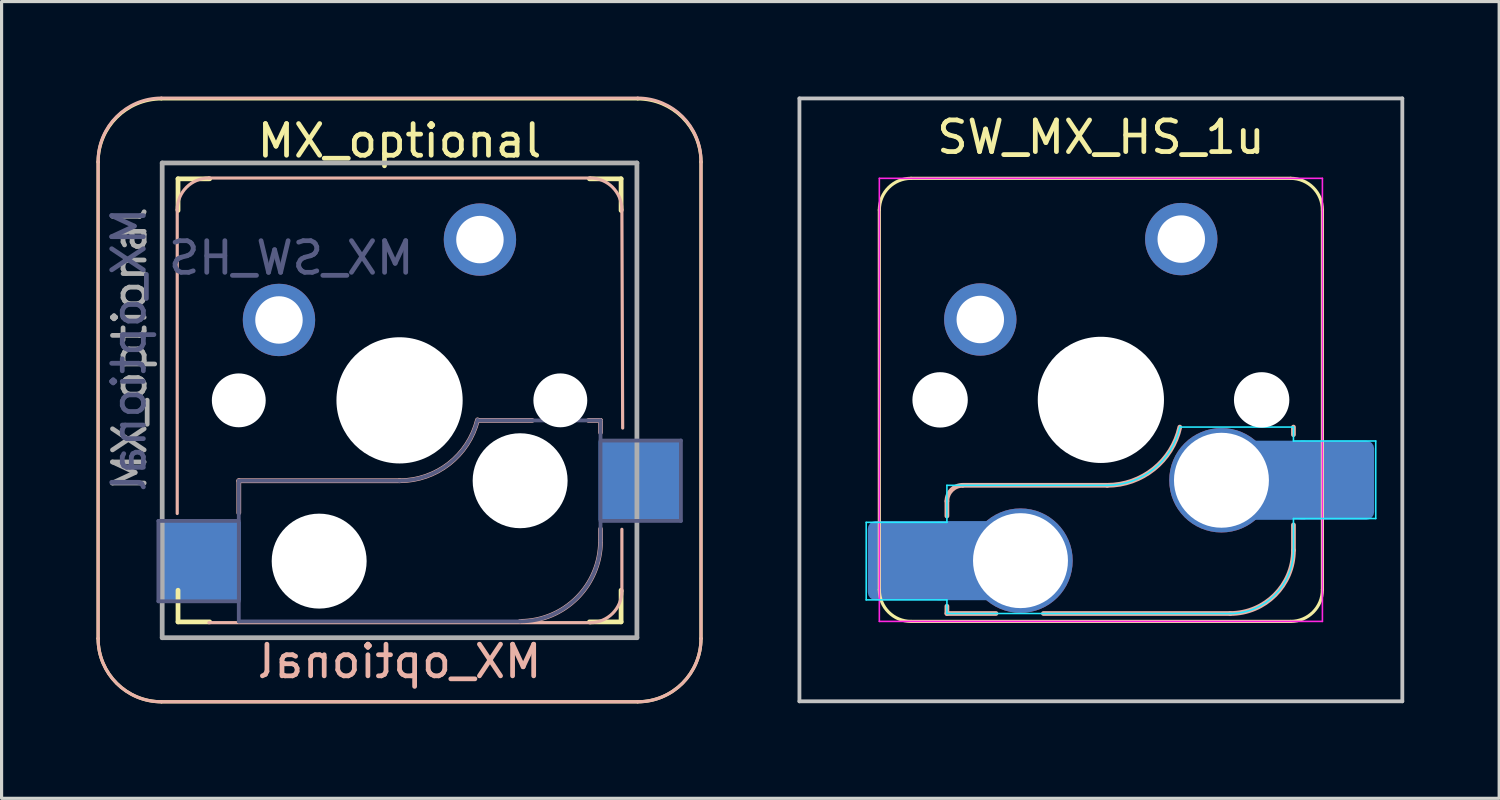
<source format=kicad_pcb>
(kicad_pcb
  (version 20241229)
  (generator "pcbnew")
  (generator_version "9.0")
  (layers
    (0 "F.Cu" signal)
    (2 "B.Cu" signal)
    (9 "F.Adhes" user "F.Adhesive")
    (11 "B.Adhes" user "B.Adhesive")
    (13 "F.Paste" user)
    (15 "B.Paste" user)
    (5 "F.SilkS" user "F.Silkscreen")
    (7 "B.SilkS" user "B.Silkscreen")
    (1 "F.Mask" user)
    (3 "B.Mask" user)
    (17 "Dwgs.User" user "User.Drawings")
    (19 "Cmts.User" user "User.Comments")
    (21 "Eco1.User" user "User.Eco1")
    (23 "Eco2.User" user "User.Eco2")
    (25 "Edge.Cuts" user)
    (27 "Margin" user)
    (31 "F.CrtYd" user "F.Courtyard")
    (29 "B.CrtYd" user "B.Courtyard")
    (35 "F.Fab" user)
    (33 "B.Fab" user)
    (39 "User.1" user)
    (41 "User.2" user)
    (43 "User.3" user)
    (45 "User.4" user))
  (footprint "MX_optional"
    (layer "F.Cu")
    (at 9.575 9.6)
    (property "Reference" "MX_optional" (at 0 -8.2 0) (layer "F.SilkS") (effects (font (size 1 1) (thickness 0.15))))
    (property "Value" "MX_SW_HS" (at -2.925 -6.025 0) (layer "F.Fab") (hide yes) (effects (font (size 1 1) (thickness 0.15))))
    (attr through_hole)
    (fp_line (start -9.525 7.525) (end -9.525 -7.525) (stroke (width 0.1) (type default)) (layer "F.SilkS"))
    (fp_line (start -7.525 -9.525) (end 7.525 -9.525) (stroke (width 0.1) (type default)) (layer "F.SilkS"))
    (fp_line (start -7 -6) (end -7 -7) (stroke (width 0.15) (type solid)) (layer "F.SilkS"))
    (fp_line (start -7 7) (end -7 6) (stroke (width 0.15) (type solid)) (layer "F.SilkS"))
    (fp_line (start -7 7) (end -6 7) (stroke (width 0.15) (type solid)) (layer "F.SilkS"))
    (fp_line (start -6 -7) (end -7 -7) (stroke (width 0.15) (type solid)) (layer "F.SilkS"))
    (fp_line (start 6 7) (end 7 7) (stroke (width 0.15) (type solid)) (layer "F.SilkS"))
    (fp_line (start 7 -7) (end 6 -7) (stroke (width 0.15) (type solid)) (layer "F.SilkS"))
    (fp_line (start 7 -7) (end 7 -6) (stroke (width 0.15) (type solid)) (layer "F.SilkS"))
    (fp_line (start 7 6) (end 7 7) (stroke (width 0.15) (type solid)) (layer "F.SilkS"))
    (fp_line (start 7.525 9.525) (end -7.525 9.525) (stroke (width 0.1) (type default)) (layer "F.SilkS"))
    (fp_line (start 9.525 -7.525) (end 9.525 7.525) (stroke (width 0.1) (type default)) (layer "F.SilkS"))
    (fp_arc (start -9.525 -7.525) (mid -8.939214 -8.939214) (end -7.525 -9.525) (stroke (width 0.1) (type default)) (layer "F.SilkS"))
    (fp_arc (start -7.525 9.525) (mid -8.939214 8.939214) (end -9.525 7.525) (stroke (width 0.1) (type default)) (layer "F.SilkS"))
    (fp_arc (start 7.525 -9.525) (mid 8.939214 -8.939214) (end 9.525 -7.525) (stroke (width 0.1) (type default)) (layer "F.SilkS"))
    (fp_arc (start 9.525 7.525) (mid 8.939214 8.939214) (end 7.525 9.525) (stroke (width 0.1) (type default)) (layer "F.SilkS"))
    (fp_line (start -9.525 7.525) (end -9.525 -7.55) (stroke (width 0.1) (type default)) (layer "B.SilkS"))
    (fp_line (start -7.525 -9.55) (end 7.525 -9.55) (stroke (width 0.1) (type default)) (layer "B.SilkS"))
    (fp_line (start -7.025 3.575) (end -7.025 -6.025) (stroke (width 0.1) (type default)) (layer "B.SilkS"))
    (fp_line (start -6.025 -7.025) (end 6.025 -7.025) (stroke (width 0.1) (type default)) (layer "B.SilkS"))
    (fp_line (start -5.08 2.54) (end -5.08 3.556) (stroke (width 0.15) (type solid)) (layer "B.SilkS"))
    (fp_line (start 0 2.54) (end -5.08 2.54) (stroke (width 0.15) (type solid)) (layer "B.SilkS"))
    (fp_line (start 4.191 0.635) (end 2.54 0.635) (stroke (width 0.15) (type solid)) (layer "B.SilkS"))
    (fp_line (start 6.025 7.025) (end -6.025 7.025) (stroke (width 0.1) (type default)) (layer "B.SilkS"))
    (fp_line (start 6.35 0.635) (end 5.969 0.635) (stroke (width 0.15) (type solid)) (layer "B.SilkS"))
    (fp_line (start 6.35 1.016) (end 6.35 0.635) (stroke (width 0.15) (type solid)) (layer "B.SilkS"))
    (fp_line (start 6.35 4.445) (end 6.35 4.064) (stroke (width 0.15) (type solid)) (layer "B.SilkS"))
    (fp_line (start 7.025 -6.025) (end 7.05 0.875) (stroke (width 0.1) (type default)) (layer "B.SilkS"))
    (fp_line (start 7.025 6.025) (end 7.025 4.075) (stroke (width 0.1) (type default)) (layer "B.SilkS"))
    (fp_line (start 7.525 9.525) (end -7.525 9.525) (stroke (width 0.1) (type default)) (layer "B.SilkS"))
    (fp_line (start 9.525 -7.55) (end 9.525 7.525) (stroke (width 0.1) (type default)) (layer "B.SilkS"))
    (fp_arc (start -9.525 -7.55) (mid -8.939214 -8.964214) (end -7.525 -9.55) (stroke (width 0.1) (type default)) (layer "B.SilkS"))
    (fp_arc (start -7.525 9.525) (mid -8.939214 8.939214) (end -9.525 7.525) (stroke (width 0.1) (type default)) (layer "B.SilkS"))
    (fp_arc (start -7.025 -6.025) (mid -6.732107 -6.732107) (end -6.025 -7.025) (stroke (width 0.1) (type default)) (layer "B.SilkS"))
    (fp_arc (start 2.464162 0.61604) (mid 1.563147 2.002042) (end 0 2.54) (stroke (width 0.15) (type solid)) (layer "B.SilkS"))
    (fp_arc (start 6.025 -7.025) (mid 6.732107 -6.732107) (end 7.025 -6.025) (stroke (width 0.1) (type default)) (layer "B.SilkS"))
    (fp_arc (start 6.35 4.445) (mid 5.606051 6.241051) (end 3.81 6.985) (stroke (width 0.15) (type solid)) (layer "B.SilkS"))
    (fp_arc (start 7.025 6.025) (mid 6.732107 6.732107) (end 6.025 7.025) (stroke (width 0.1) (type default)) (layer "B.SilkS"))
    (fp_arc (start 7.525 -9.55) (mid 8.939214 -8.964214) (end 9.525 -7.55) (stroke (width 0.1) (type default)) (layer "B.SilkS"))
    (fp_arc (start 9.525 7.525) (mid 8.939214 8.939214) (end 7.525 9.525) (stroke (width 0.1) (type default)) (layer "B.SilkS"))
    (fp_line (start -6.9 6.9) (end -6.9 -6.9) (stroke (width 0.15) (type solid)) (layer "Eco2.User"))
    (fp_line (start -6.9 6.9) (end 6.9 6.9) (stroke (width 0.15) (type solid)) (layer "Eco2.User"))
    (fp_line (start 6.9 -6.9) (end -6.9 -6.9) (stroke (width 0.15) (type solid)) (layer "Eco2.User"))
    (fp_line (start 6.9 -6.9) (end 6.9 6.9) (stroke (width 0.15) (type solid)) (layer "Eco2.User"))
    (fp_line (start -7.62 3.81) (end -7.62 6.35) (stroke (width 0.12) (type solid)) (layer "B.Fab"))
    (fp_line (start -7.62 6.35) (end -5.08 6.35) (stroke (width 0.12) (type solid)) (layer "B.Fab"))
    (fp_line (start -5.08 2.54) (end -5.08 6.985) (stroke (width 0.12) (type solid)) (layer "B.Fab"))
    (fp_line (start -5.08 3.81) (end -7.62 3.81) (stroke (width 0.12) (type solid)) (layer "B.Fab"))
    (fp_line (start -5.08 6.985) (end 3.81 6.985) (stroke (width 0.12) (type solid)) (layer "B.Fab"))
    (fp_line (start 0 2.54) (end -5.08 2.54) (stroke (width 0.12) (type solid)) (layer "B.Fab"))
    (fp_line (start 6.35 0.635) (end 2.54 0.635) (stroke (width 0.12) (type solid)) (layer "B.Fab"))
    (fp_line (start 6.35 3.81) (end 8.89 3.81) (stroke (width 0.12) (type solid)) (layer "B.Fab"))
    (fp_line (start 6.35 4.445) (end 6.35 0.635) (stroke (width 0.12) (type solid)) (layer "B.Fab"))
    (fp_line (start 8.89 1.27) (end 6.35 1.27) (stroke (width 0.12) (type solid)) (layer "B.Fab"))
    (fp_line (start 8.89 3.81) (end 8.89 1.27) (stroke (width 0.12) (type solid)) (layer "B.Fab"))
    (fp_arc (start 2.464162 0.61604) (mid 1.563147 2.002042) (end 0 2.54) (stroke (width 0.12) (type solid)) (layer "B.Fab"))
    (fp_arc (start 6.35 4.445) (mid 5.606051 6.241051) (end 3.81 6.985) (stroke (width 0.12) (type solid)) (layer "B.Fab"))
    (fp_line (start -7.5 -7.5) (end 7.5 -7.5) (stroke (width 0.15) (type solid)) (layer "F.Fab"))
    (fp_line (start -7.5 7.5) (end -7.5 -7.5) (stroke (width 0.15) (type solid)) (layer "F.Fab"))
    (fp_line (start 7.5 -7.5) (end 7.5 7.5) (stroke (width 0.15) (type solid)) (layer "F.Fab"))
    (fp_line (start 7.5 7.5) (end -7.5 7.5) (stroke (width 0.15) (type solid)) (layer "F.Fab"))
    (fp_text user "${REFERENCE}" (at 0 8.25 0) (layer "B.SilkS") (effects (font (size 1 1) (thickness 0.15)) (justify mirror)))
    (fp_text user "${VALUE}" (at -3.425 -4.5 0) (layer "B.Fab") (effects (font (size 1 1) (thickness 0.15)) (justify mirror)))
    (fp_text user "${REFERENCE}" (at -8.55 -1.6 270) (layer "B.Fab") (effects (font (size 1 1) (thickness 0.15)) (justify mirror)))
    (fp_text user "${REFERENCE}" (at -8.525 -1.625 90) (layer "F.Fab") (effects (font (size 1 1) (thickness 0.15))))
    (pad "" np_thru_hole circle (at -5.08 0) (size 1.702 1.702) (drill 1.702) (layers "*.Cu" "*.Mask"))
    (pad "" np_thru_hole circle (at -2.54 5.08) (size 3 3) (drill 3) (layers "*.Cu" "*.Mask"))
    (pad "" np_thru_hole circle (at 0 0) (size 3.988 3.988) (drill 3.988) (layers "*.Cu" "*.Mask"))
    (pad "" np_thru_hole circle (at 3.81 2.54) (size 3 3) (drill 3) (layers "*.Cu" "*.Mask"))
    (pad "" np_thru_hole circle (at 5.08 0) (size 1.702 1.702) (drill 1.702) (layers "*.Cu" "*.Mask"))
    (pad "1" smd rect (at -6.29 5.08) (size 2.55 2.5) (layers "B.Cu" "B.Mask" "B.Paste"))
    (pad "1" thru_hole circle (at 2.54 -5.08) (size 2.286 2.286) (drill 1.499) (layers "*.Cu" "*.Mask"))
    (pad "2" thru_hole circle (at -3.81 -2.54) (size 2.286 2.286) (drill 1.499) (layers "*.Cu" "*.Mask"))
    (pad "2" smd rect (at 7.56 2.54) (size 2.55 2.5) (layers "B.Cu" "B.Mask" "B.Paste")))
  (footprint "SW_MX_HS_1u"
    (layer "F.Cu")
    (at 31.735 9.585)
    (property "Reference" "SW_MX_HS_1u" (at 0 -8.3 180) (layer "F.SilkS") (effects (font (size 1 1) (thickness 0.15))))
    (attr smd)
    (fp_line (start -7 6) (end -7 -6) (stroke (width 0.1) (type default)) (layer "F.SilkS"))
    (fp_line (start -6 -7) (end 6 -7) (stroke (width 0.1) (type default)) (layer "F.SilkS"))
    (fp_line (start 6 7) (end -6 7) (stroke (width 0.1) (type default)) (layer "F.SilkS"))
    (fp_line (start 7 -6) (end 7 6) (stroke (width 0.1) (type default)) (layer "F.SilkS"))
    (fp_arc (start -7 -6) (mid -6.707107 -6.707107) (end -6 -7) (stroke (width 0.1) (type default)) (layer "F.SilkS"))
    (fp_arc (start -6 7) (mid -6.707107 6.707107) (end -7 6) (stroke (width 0.1) (type default)) (layer "F.SilkS"))
    (fp_arc (start 6 -7) (mid 6.707107 -6.707107) (end 7 -6) (stroke (width 0.1) (type default)) (layer "F.SilkS"))
    (fp_arc (start 7 6) (mid 6.707107 6.707107) (end 6 7) (stroke (width 0.1) (type default)) (layer "F.SilkS"))
    (fp_line (start -4.865 3.67) (end -4.865 3.2) (stroke (width 0.15) (type solid)) (layer "B.SilkS"))
    (fp_line (start -4.865 6.75) (end -4.865 6.52) (stroke (width 0.15) (type solid)) (layer "B.SilkS"))
    (fp_line (start -4.365 2.7) (end 0.2 2.7) (stroke (width 0.15) (type solid)) (layer "B.SilkS"))
    (fp_line (start -3.315 6.75) (end -4.865 6.75) (stroke (width 0.15) (type solid)) (layer "B.SilkS"))
    (fp_line (start 4.085 6.75) (end -1.815 6.75) (stroke (width 0.15) (type solid)) (layer "B.SilkS"))
    (fp_line (start 6.085 1.1) (end 6.085 0.86) (stroke (width 0.15) (type solid)) (layer "B.SilkS"))
    (fp_line (start 6.085 3.95) (end 6.085 4.75) (stroke (width 0.15) (type solid)) (layer "B.SilkS"))
    (fp_arc (start -4.864824 3.20022) (mid -4.718377 2.846667) (end -4.364824 2.70022) (stroke (width 0.15) (type solid)) (layer "B.SilkS"))
    (fp_arc (start 2.494322 0.86022) (mid 1.670693 2.183637) (end 0.2 2.70022) (stroke (width 0.15) (type solid)) (layer "B.SilkS"))
    (fp_arc (start 6.085176 4.75022) (mid 5.499389 6.164432) (end 4.085176 6.75022) (stroke (width 0.15) (type solid)) (layer "B.SilkS"))
    (fp_line (start -9.525 -9.525) (end -9.525 9.525) (stroke (width 0.12) (type solid)) (layer "Dwgs.User"))
    (fp_line (start -9.525 9.525) (end 9.525 9.525) (stroke (width 0.12) (type solid)) (layer "Dwgs.User"))
    (fp_line (start 9.525 -9.525) (end -9.525 -9.525) (stroke (width 0.12) (type solid)) (layer "Dwgs.User"))
    (fp_line (start 9.525 9.525) (end 9.525 -9.525) (stroke (width 0.12) (type solid)) (layer "Dwgs.User"))
    (fp_line (start -7 6.5) (end -7 -6.5) (stroke (width 0.05) (type solid)) (layer "Eco2.User"))
    (fp_line (start -6.5 -7) (end 6.5 -7) (stroke (width 0.05) (type solid)) (layer "Eco2.User"))
    (fp_line (start 6.5 7) (end -6.5 7) (stroke (width 0.05) (type solid)) (layer "Eco2.User"))
    (fp_line (start 7 -6.5) (end 7 6.5) (stroke (width 0.05) (type solid)) (layer "Eco2.User"))
    (fp_arc (start -6.997236 -6.498884) (mid -6.850789 -6.852437) (end -6.497236 -6.998884) (stroke (width 0.05) (type solid)) (layer "Eco2.User"))
    (fp_arc (start -6.5 7) (mid -6.853553 6.853553) (end -7 6.5) (stroke (width 0.05) (type solid)) (layer "Eco2.User"))
    (fp_arc (start 6.5 -7) (mid 6.853553 -6.853553) (end 7 -6.5) (stroke (width 0.05) (type solid)) (layer "Eco2.User"))
    (fp_arc (start 7 6.5) (mid 6.853553 6.853553) (end 6.5 7) (stroke (width 0.05) (type solid)) (layer "Eco2.User"))
    (fp_line (start -7.415 3.87) (end -7.415 6.32) (stroke (width 0.05) (type solid)) (layer "B.CrtYd"))
    (fp_line (start -7.415 6.32) (end -4.865 6.32) (stroke (width 0.05) (type solid)) (layer "B.CrtYd"))
    (fp_line (start -4.865 2.7) (end 0.2 2.7) (stroke (width 0.05) (type solid)) (layer "B.CrtYd"))
    (fp_line (start -4.865 3.87) (end -7.415 3.87) (stroke (width 0.05) (type solid)) (layer "B.CrtYd"))
    (fp_line (start -4.865 3.87) (end -4.865 2.7) (stroke (width 0.05) (type solid)) (layer "B.CrtYd"))
    (fp_line (start -4.865 6.75) (end -4.865 6.32) (stroke (width 0.05) (type solid)) (layer "B.CrtYd"))
    (fp_line (start 4.085 6.75) (end -4.865 6.75) (stroke (width 0.05) (type solid)) (layer "B.CrtYd"))
    (fp_line (start 6.085 0.86) (end 2.494 0.86) (stroke (width 0.05) (type solid)) (layer "B.CrtYd"))
    (fp_line (start 6.085 1.3) (end 6.085 0.86) (stroke (width 0.05) (type solid)) (layer "B.CrtYd"))
    (fp_line (start 6.085 3.75) (end 6.085 4.75) (stroke (width 0.05) (type solid)) (layer "B.CrtYd"))
    (fp_line (start 6.085 3.75) (end 8.685 3.75) (stroke (width 0.05) (type solid)) (layer "B.CrtYd"))
    (fp_line (start 8.685 1.3) (end 6.085 1.3) (stroke (width 0.05) (type solid)) (layer "B.CrtYd"))
    (fp_line (start 8.685 3.75) (end 8.685 1.3) (stroke (width 0.05) (type solid)) (layer "B.CrtYd"))
    (fp_arc (start 2.494322 0.86022) (mid 1.670503 2.1834) (end 0.2 2.70022) (stroke (width 0.05) (type solid)) (layer "B.CrtYd"))
    (fp_arc (start 6.085176 4.75022) (mid 5.499389 6.164432) (end 4.085176 6.75022) (stroke (width 0.05) (type solid)) (layer "B.CrtYd"))
    (fp_line (start -7 -7) (end -7 7) (stroke (width 0.05) (type solid)) (layer "F.CrtYd"))
    (fp_line (start -7 7) (end 7 7) (stroke (width 0.05) (type solid)) (layer "F.CrtYd"))
    (fp_line (start 7 -7) (end -7 -7) (stroke (width 0.05) (type solid)) (layer "F.CrtYd"))
    (fp_line (start 7 7) (end 7 -7) (stroke (width 0.05) (type solid)) (layer "F.CrtYd"))
    (pad "" np_thru_hole circle (at -5.08 0 180) (size 1.75 1.75) (drill 1.75) (layers "*.Cu" "*.Mask"))
    (pad "" np_thru_hole circle (at 0 0 180) (size 3.988 3.988) (drill 3.988) (layers "*.Cu" "*.Mask"))
    (pad "" np_thru_hole circle (at 5.08 0 180) (size 1.75 1.75) (drill 1.75) (layers "*.Cu" "*.Mask"))
    (pad "1" thru_hole circle (at 2.54 -5.08) (size 2.286 2.286) (drill 1.5) (layers "*.Cu" "*.Mask"))
    (pad "1" thru_hole circle (at 3.81 2.54 180) (size 3.3 3.3) (drill 3) (layers "*.Cu" "*.Mask"))
    (pad "1" smd rect (at 5.635 2.54) (size 1.65 2.5) (layers "B.Cu"))
    (pad "1" smd roundrect (at 7.36 2.54 180) (size 2.55 2.5) (layers "B.Cu" "B.Mask" "B.Paste") (roundrect_rratio 0.1))
    (pad "2" smd roundrect (at -6.09 5.08 180) (size 2.55 2.5) (layers "B.Cu" "B.Mask" "B.Paste") (roundrect_rratio 0.1))
    (pad "2" smd rect (at -4.34 5.08 180) (size 1.65 2.5) (layers "B.Cu"))
    (pad "2" thru_hole circle (at -3.81 -2.54) (size 2.286 2.286) (drill 1.5) (layers "*.Cu" "*.Mask"))
    (pad "2" thru_hole circle (at -2.54 5.08 180) (size 3.3 3.3) (drill 3) (layers "*.Cu" "*.Mask")))
  (gr_rect
    (start -3 -3)
    (end 44.32 22.175)
    (stroke (width 0.1) (type default))
    (fill no)
    (layer "Edge.Cuts")))
</source>
